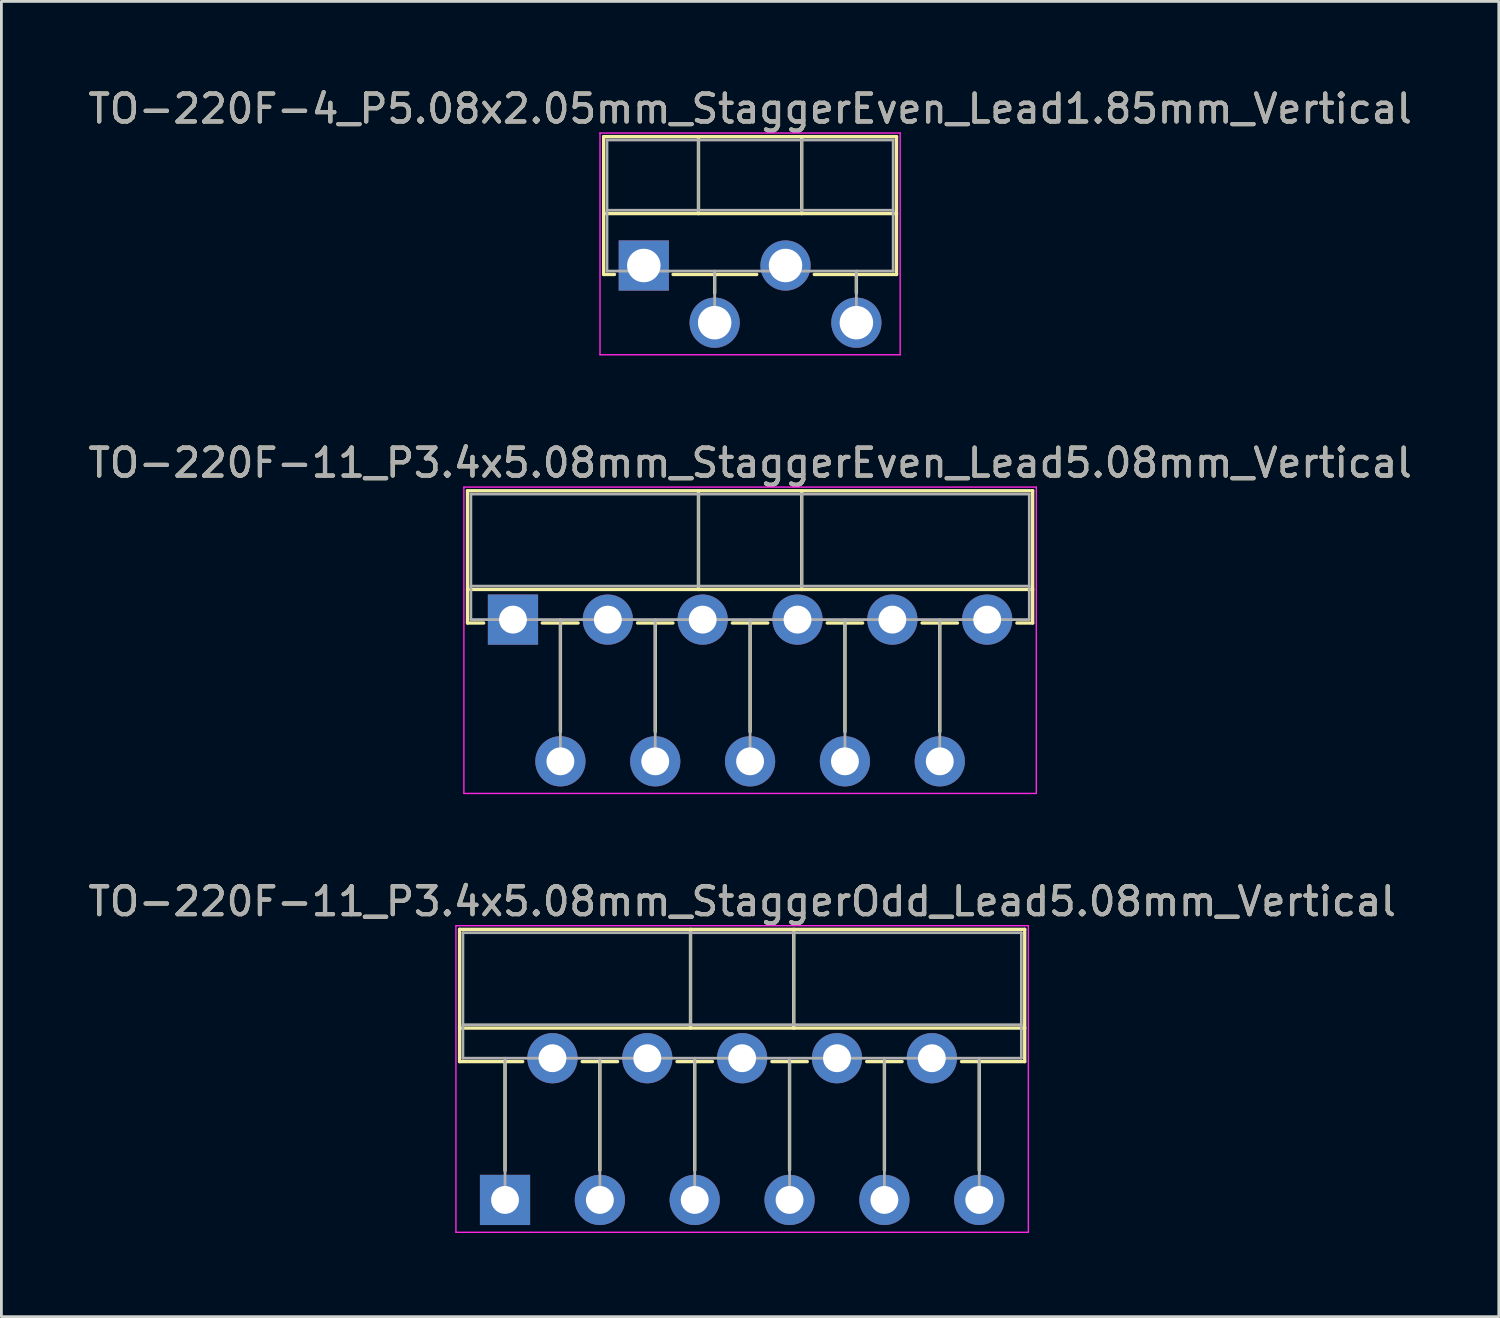
<source format=kicad_pcb>
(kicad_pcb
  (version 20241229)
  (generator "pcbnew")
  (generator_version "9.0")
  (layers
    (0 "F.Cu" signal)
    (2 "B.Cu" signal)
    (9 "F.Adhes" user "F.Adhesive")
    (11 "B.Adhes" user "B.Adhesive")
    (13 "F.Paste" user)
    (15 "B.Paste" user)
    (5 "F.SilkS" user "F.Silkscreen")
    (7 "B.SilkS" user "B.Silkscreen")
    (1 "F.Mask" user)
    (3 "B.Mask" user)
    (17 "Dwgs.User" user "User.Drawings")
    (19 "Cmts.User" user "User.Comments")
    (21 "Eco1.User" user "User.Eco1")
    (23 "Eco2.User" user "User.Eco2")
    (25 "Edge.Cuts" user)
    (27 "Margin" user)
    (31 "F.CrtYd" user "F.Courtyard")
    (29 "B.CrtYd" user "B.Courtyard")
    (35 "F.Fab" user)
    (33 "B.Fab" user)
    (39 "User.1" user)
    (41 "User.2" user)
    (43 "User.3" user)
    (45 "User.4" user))
  (footprint "TO-220F-11_P3.4x5.08mm_StaggerEven_Lead5.08mm_Vertical"
    (layer "F.Cu")
    (at 15.339 19.162)
    (property "Reference" "TO-220F-11_P3.4x5.08mm_StaggerEven_Lead5.08mm_Vertical" (at 8.5 -5.62 0) (layer "F.SilkS") (effects (font (size 1 1) (thickness 0.15))))
    (attr through_hole)
    (fp_line (start -1.63 -4.62) (end -1.63 0.121) (stroke (width 0.12) (type solid)) (layer "F.SilkS"))
    (fp_line (start -1.63 -4.62) (end 18.63 -4.62) (stroke (width 0.12) (type solid)) (layer "F.SilkS"))
    (fp_line (start -1.63 -1.08) (end 18.63 -1.08) (stroke (width 0.12) (type solid)) (layer "F.SilkS"))
    (fp_line (start -1.63 0.121) (end -1.05 0.121) (stroke (width 0.12) (type solid)) (layer "F.SilkS"))
    (fp_line (start 1.05 0.121) (end 2.335 0.121) (stroke (width 0.12) (type solid)) (layer "F.SilkS"))
    (fp_line (start 1.7 0.121) (end 1.7 4.015) (stroke (width 0.12) (type solid)) (layer "F.SilkS"))
    (fp_line (start 4.465 0.121) (end 5.735 0.121) (stroke (width 0.12) (type solid)) (layer "F.SilkS"))
    (fp_line (start 5.1 0.121) (end 5.1 4.015) (stroke (width 0.12) (type solid)) (layer "F.SilkS"))
    (fp_line (start 6.65 -4.62) (end 6.65 -1.08) (stroke (width 0.12) (type solid)) (layer "F.SilkS"))
    (fp_line (start 7.865 0.121) (end 9.135 0.121) (stroke (width 0.12) (type solid)) (layer "F.SilkS"))
    (fp_line (start 8.5 0.121) (end 8.5 4.015) (stroke (width 0.12) (type solid)) (layer "F.SilkS"))
    (fp_line (start 10.35 -4.62) (end 10.35 -1.08) (stroke (width 0.12) (type solid)) (layer "F.SilkS"))
    (fp_line (start 11.265 0.121) (end 12.535 0.121) (stroke (width 0.12) (type solid)) (layer "F.SilkS"))
    (fp_line (start 11.9 0.121) (end 11.9 4.015) (stroke (width 0.12) (type solid)) (layer "F.SilkS"))
    (fp_line (start 14.665 0.121) (end 15.935 0.121) (stroke (width 0.12) (type solid)) (layer "F.SilkS"))
    (fp_line (start 15.3 0.121) (end 15.3 4.015) (stroke (width 0.12) (type solid)) (layer "F.SilkS"))
    (fp_line (start 18.065 0.121) (end 18.63 0.121) (stroke (width 0.12) (type solid)) (layer "F.SilkS"))
    (fp_line (start 18.63 -4.62) (end 18.63 0.121) (stroke (width 0.12) (type solid)) (layer "F.SilkS"))
    (fp_line (start -1.76 -4.75) (end -1.76 6.23) (stroke (width 0.05) (type solid)) (layer "F.CrtYd"))
    (fp_line (start -1.76 6.23) (end 18.76 6.23) (stroke (width 0.05) (type solid)) (layer "F.CrtYd"))
    (fp_line (start 18.76 -4.75) (end -1.76 -4.75) (stroke (width 0.05) (type solid)) (layer "F.CrtYd"))
    (fp_line (start 18.76 6.23) (end 18.76 -4.75) (stroke (width 0.05) (type solid)) (layer "F.CrtYd"))
    (fp_line (start -1.51 -4.5) (end -1.51 0) (stroke (width 0.1) (type solid)) (layer "F.Fab"))
    (fp_line (start -1.51 -1.2) (end 18.51 -1.2) (stroke (width 0.1) (type solid)) (layer "F.Fab"))
    (fp_line (start -1.51 0) (end 18.51 0) (stroke (width 0.1) (type solid)) (layer "F.Fab"))
    (fp_line (start 1.7 0) (end 1.7 5.08) (stroke (width 0.1) (type solid)) (layer "F.Fab"))
    (fp_line (start 5.1 0) (end 5.1 5.08) (stroke (width 0.1) (type solid)) (layer "F.Fab"))
    (fp_line (start 6.65 -4.5) (end 6.65 -1.2) (stroke (width 0.1) (type solid)) (layer "F.Fab"))
    (fp_line (start 8.5 0) (end 8.5 5.08) (stroke (width 0.1) (type solid)) (layer "F.Fab"))
    (fp_line (start 10.35 -4.5) (end 10.35 -1.2) (stroke (width 0.1) (type solid)) (layer "F.Fab"))
    (fp_line (start 11.9 0) (end 11.9 5.08) (stroke (width 0.1) (type solid)) (layer "F.Fab"))
    (fp_line (start 15.3 0) (end 15.3 5.08) (stroke (width 0.1) (type solid)) (layer "F.Fab"))
    (fp_line (start 18.51 -4.5) (end -1.51 -4.5) (stroke (width 0.1) (type solid)) (layer "F.Fab"))
    (fp_line (start 18.51 0) (end 18.51 -4.5) (stroke (width 0.1) (type solid)) (layer "F.Fab"))
    (fp_text user "${REFERENCE}" (at 8.5 -5.62 0) (layer "F.Fab") (effects (font (size 1 1) (thickness 0.15))))
    (pad "1" thru_hole rect (at 0 0) (size 1.8 1.8) (drill 1) (layers "*.Cu" "*.Mask"))
    (pad "2" thru_hole oval (at 1.7 5.08) (size 1.8 1.8) (drill 1) (layers "*.Cu" "*.Mask"))
    (pad "3" thru_hole oval (at 3.4 0) (size 1.8 1.8) (drill 1) (layers "*.Cu" "*.Mask"))
    (pad "4" thru_hole oval (at 5.1 5.08) (size 1.8 1.8) (drill 1) (layers "*.Cu" "*.Mask"))
    (pad "5" thru_hole oval (at 6.8 0) (size 1.8 1.8) (drill 1) (layers "*.Cu" "*.Mask"))
    (pad "6" thru_hole oval (at 8.5 5.08) (size 1.8 1.8) (drill 1) (layers "*.Cu" "*.Mask"))
    (pad "7" thru_hole oval (at 10.2 0) (size 1.8 1.8) (drill 1) (layers "*.Cu" "*.Mask"))
    (pad "8" thru_hole oval (at 11.9 5.08) (size 1.8 1.8) (drill 1) (layers "*.Cu" "*.Mask"))
    (pad "9" thru_hole oval (at 13.6 0) (size 1.8 1.8) (drill 1) (layers "*.Cu" "*.Mask"))
    (pad "10" thru_hole oval (at 15.3 5.08) (size 1.8 1.8) (drill 1) (layers "*.Cu" "*.Mask"))
    (pad "11" thru_hole oval (at 17 0) (size 1.8 1.8) (drill 1) (layers "*.Cu" "*.Mask")))
  (footprint "TO-220F-11_P3.4x5.08mm_StaggerOdd_Lead5.08mm_Vertical"
    (layer "F.Cu")
    (at 15.054 39.965)
    (property "Reference" "TO-220F-11_P3.4x5.08mm_StaggerOdd_Lead5.08mm_Vertical" (at 8.5 -10.7 0) (layer "F.SilkS") (effects (font (size 1 1) (thickness 0.15))))
    (attr through_hole)
    (fp_line (start -1.63 -9.7) (end -1.63 -4.959) (stroke (width 0.12) (type solid)) (layer "F.SilkS"))
    (fp_line (start -1.63 -9.7) (end 18.63 -9.7) (stroke (width 0.12) (type solid)) (layer "F.SilkS"))
    (fp_line (start -1.63 -6.16) (end 18.63 -6.16) (stroke (width 0.12) (type solid)) (layer "F.SilkS"))
    (fp_line (start -1.63 -4.959) (end 0.635 -4.959) (stroke (width 0.12) (type solid)) (layer "F.SilkS"))
    (fp_line (start 0 -4.959) (end 0 -1.05) (stroke (width 0.12) (type solid)) (layer "F.SilkS"))
    (fp_line (start 2.765 -4.959) (end 4.035 -4.959) (stroke (width 0.12) (type solid)) (layer "F.SilkS"))
    (fp_line (start 3.4 -4.959) (end 3.4 -1.065) (stroke (width 0.12) (type solid)) (layer "F.SilkS"))
    (fp_line (start 6.165 -4.959) (end 7.435 -4.959) (stroke (width 0.12) (type solid)) (layer "F.SilkS"))
    (fp_line (start 6.65 -9.7) (end 6.65 -6.16) (stroke (width 0.12) (type solid)) (layer "F.SilkS"))
    (fp_line (start 6.8 -4.959) (end 6.8 -1.065) (stroke (width 0.12) (type solid)) (layer "F.SilkS"))
    (fp_line (start 9.566 -4.959) (end 10.835 -4.959) (stroke (width 0.12) (type solid)) (layer "F.SilkS"))
    (fp_line (start 10.2 -4.959) (end 10.2 -1.065) (stroke (width 0.12) (type solid)) (layer "F.SilkS"))
    (fp_line (start 10.35 -9.7) (end 10.35 -6.16) (stroke (width 0.12) (type solid)) (layer "F.SilkS"))
    (fp_line (start 12.965 -4.959) (end 14.235 -4.959) (stroke (width 0.12) (type solid)) (layer "F.SilkS"))
    (fp_line (start 13.6 -4.959) (end 13.6 -1.065) (stroke (width 0.12) (type solid)) (layer "F.SilkS"))
    (fp_line (start 16.365 -4.959) (end 18.63 -4.959) (stroke (width 0.12) (type solid)) (layer "F.SilkS"))
    (fp_line (start 17 -4.959) (end 17 -1.065) (stroke (width 0.12) (type solid)) (layer "F.SilkS"))
    (fp_line (start 18.63 -9.7) (end 18.63 -4.959) (stroke (width 0.12) (type solid)) (layer "F.SilkS"))
    (fp_line (start -1.76 -9.83) (end -1.76 1.16) (stroke (width 0.05) (type solid)) (layer "F.CrtYd"))
    (fp_line (start -1.76 1.16) (end 18.76 1.16) (stroke (width 0.05) (type solid)) (layer "F.CrtYd"))
    (fp_line (start 18.76 -9.83) (end -1.76 -9.83) (stroke (width 0.05) (type solid)) (layer "F.CrtYd"))
    (fp_line (start 18.76 1.16) (end 18.76 -9.83) (stroke (width 0.05) (type solid)) (layer "F.CrtYd"))
    (fp_line (start -1.51 -9.58) (end -1.51 -5.08) (stroke (width 0.1) (type solid)) (layer "F.Fab"))
    (fp_line (start -1.51 -6.28) (end 18.51 -6.28) (stroke (width 0.1) (type solid)) (layer "F.Fab"))
    (fp_line (start -1.51 -5.08) (end 18.51 -5.08) (stroke (width 0.1) (type solid)) (layer "F.Fab"))
    (fp_line (start 0 -5.08) (end 0 0) (stroke (width 0.1) (type solid)) (layer "F.Fab"))
    (fp_line (start 3.4 -5.08) (end 3.4 0) (stroke (width 0.1) (type solid)) (layer "F.Fab"))
    (fp_line (start 6.65 -9.58) (end 6.65 -6.28) (stroke (width 0.1) (type solid)) (layer "F.Fab"))
    (fp_line (start 6.8 -5.08) (end 6.8 0) (stroke (width 0.1) (type solid)) (layer "F.Fab"))
    (fp_line (start 10.2 -5.08) (end 10.2 0) (stroke (width 0.1) (type solid)) (layer "F.Fab"))
    (fp_line (start 10.35 -9.58) (end 10.35 -6.28) (stroke (width 0.1) (type solid)) (layer "F.Fab"))
    (fp_line (start 13.6 -5.08) (end 13.6 0) (stroke (width 0.1) (type solid)) (layer "F.Fab"))
    (fp_line (start 17 -5.08) (end 17 0) (stroke (width 0.1) (type solid)) (layer "F.Fab"))
    (fp_line (start 18.51 -9.58) (end -1.51 -9.58) (stroke (width 0.1) (type solid)) (layer "F.Fab"))
    (fp_line (start 18.51 -5.08) (end 18.51 -9.58) (stroke (width 0.1) (type solid)) (layer "F.Fab"))
    (fp_text user "${REFERENCE}" (at 8.5 -10.7 0) (layer "F.Fab") (effects (font (size 1 1) (thickness 0.15))))
    (pad "1" thru_hole rect (at 0 0) (size 1.8 1.8) (drill 1) (layers "*.Cu" "*.Mask"))
    (pad "2" thru_hole oval (at 1.7 -5.08) (size 1.8 1.8) (drill 1) (layers "*.Cu" "*.Mask"))
    (pad "3" thru_hole oval (at 3.4 0) (size 1.8 1.8) (drill 1) (layers "*.Cu" "*.Mask"))
    (pad "4" thru_hole oval (at 5.1 -5.08) (size 1.8 1.8) (drill 1) (layers "*.Cu" "*.Mask"))
    (pad "5" thru_hole oval (at 6.8 0) (size 1.8 1.8) (drill 1) (layers "*.Cu" "*.Mask"))
    (pad "6" thru_hole oval (at 8.5 -5.08) (size 1.8 1.8) (drill 1) (layers "*.Cu" "*.Mask"))
    (pad "7" thru_hole oval (at 10.2 0) (size 1.8 1.8) (drill 1) (layers "*.Cu" "*.Mask"))
    (pad "8" thru_hole oval (at 11.9 -5.08) (size 1.8 1.8) (drill 1) (layers "*.Cu" "*.Mask"))
    (pad "9" thru_hole oval (at 13.6 0) (size 1.8 1.8) (drill 1) (layers "*.Cu" "*.Mask"))
    (pad "10" thru_hole oval (at 15.3 -5.08) (size 1.8 1.8) (drill 1) (layers "*.Cu" "*.Mask"))
    (pad "11" thru_hole oval (at 17 0) (size 1.8 1.8) (drill 1) (layers "*.Cu" "*.Mask")))
  (footprint "TO-220F-4_P5.08x2.05mm_StaggerEven_Lead1.85mm_Vertical"
    (layer "F.Cu")
    (at 20.029 6.468)
    (property "Reference" "TO-220F-4_P5.08x2.05mm_StaggerEven_Lead1.85mm_Vertical" (at 3.81 -5.62 0) (layer "F.SilkS") (effects (font (size 1 1) (thickness 0.15))))
    (attr through_hole)
    (fp_line (start -1.44 -4.62) (end -1.44 0.321) (stroke (width 0.12) (type solid)) (layer "F.SilkS"))
    (fp_line (start -1.44 -4.62) (end 9.06 -4.62) (stroke (width 0.12) (type solid)) (layer "F.SilkS"))
    (fp_line (start -1.44 -1.861) (end 9.06 -1.861) (stroke (width 0.12) (type solid)) (layer "F.SilkS"))
    (fp_line (start -1.44 0.321) (end -1.05 0.321) (stroke (width 0.12) (type solid)) (layer "F.SilkS"))
    (fp_line (start 1.05 0.321) (end 4.049 0.321) (stroke (width 0.12) (type solid)) (layer "F.SilkS"))
    (fp_line (start 1.96 -4.62) (end 1.96 -1.861) (stroke (width 0.12) (type solid)) (layer "F.SilkS"))
    (fp_line (start 2.54 0.321) (end 2.54 0.985) (stroke (width 0.12) (type solid)) (layer "F.SilkS"))
    (fp_line (start 5.66 -4.62) (end 5.66 -1.861) (stroke (width 0.12) (type solid)) (layer "F.SilkS"))
    (fp_line (start 6.112 0.321) (end 9.06 0.321) (stroke (width 0.12) (type solid)) (layer "F.SilkS"))
    (fp_line (start 7.62 0.321) (end 7.62 0.985) (stroke (width 0.12) (type solid)) (layer "F.SilkS"))
    (fp_line (start 9.06 -4.62) (end 9.06 0.321) (stroke (width 0.12) (type solid)) (layer "F.SilkS"))
    (fp_line (start -1.57 -4.75) (end -1.57 3.2) (stroke (width 0.05) (type solid)) (layer "F.CrtYd"))
    (fp_line (start -1.57 3.2) (end 9.19 3.2) (stroke (width 0.05) (type solid)) (layer "F.CrtYd"))
    (fp_line (start 9.19 -4.75) (end -1.57 -4.75) (stroke (width 0.05) (type solid)) (layer "F.CrtYd"))
    (fp_line (start 9.19 3.2) (end 9.19 -4.75) (stroke (width 0.05) (type solid)) (layer "F.CrtYd"))
    (fp_line (start -1.32 -4.5) (end -1.32 0.2) (stroke (width 0.1) (type solid)) (layer "F.Fab"))
    (fp_line (start -1.32 -1.98) (end 8.94 -1.98) (stroke (width 0.1) (type solid)) (layer "F.Fab"))
    (fp_line (start -1.32 0.2) (end 8.94 0.2) (stroke (width 0.1) (type solid)) (layer "F.Fab"))
    (fp_line (start 1.96 -4.5) (end 1.96 -1.98) (stroke (width 0.1) (type solid)) (layer "F.Fab"))
    (fp_line (start 2.54 0.2) (end 2.54 2.05) (stroke (width 0.1) (type solid)) (layer "F.Fab"))
    (fp_line (start 5.66 -4.5) (end 5.66 -1.98) (stroke (width 0.1) (type solid)) (layer "F.Fab"))
    (fp_line (start 7.62 0.2) (end 7.62 2.05) (stroke (width 0.1) (type solid)) (layer "F.Fab"))
    (fp_line (start 8.94 -4.5) (end -1.32 -4.5) (stroke (width 0.1) (type solid)) (layer "F.Fab"))
    (fp_line (start 8.94 0.2) (end 8.94 -4.5) (stroke (width 0.1) (type solid)) (layer "F.Fab"))
    (fp_text user "${REFERENCE}" (at 3.81 -5.62 0) (layer "F.Fab") (effects (font (size 1 1) (thickness 0.15))))
    (pad "1" thru_hole rect (at 0 0) (size 1.8 1.8) (drill 1.2) (layers "*.Cu" "*.Mask"))
    (pad "2" thru_hole oval (at 2.54 2.05) (size 1.8 1.8) (drill 1.2) (layers "*.Cu" "*.Mask"))
    (pad "3" thru_hole oval (at 5.08 0) (size 1.8 1.8) (drill 1.2) (layers "*.Cu" "*.Mask"))
    (pad "4" thru_hole oval (at 7.62 2.05) (size 1.8 1.8) (drill 1.2) (layers "*.Cu" "*.Mask")))
  (gr_rect
    (start -3 -3)
    (end 50.679 44.15)
    (stroke (width 0.1) (type default))
    (fill no)
    (layer "Edge.Cuts")))
</source>
